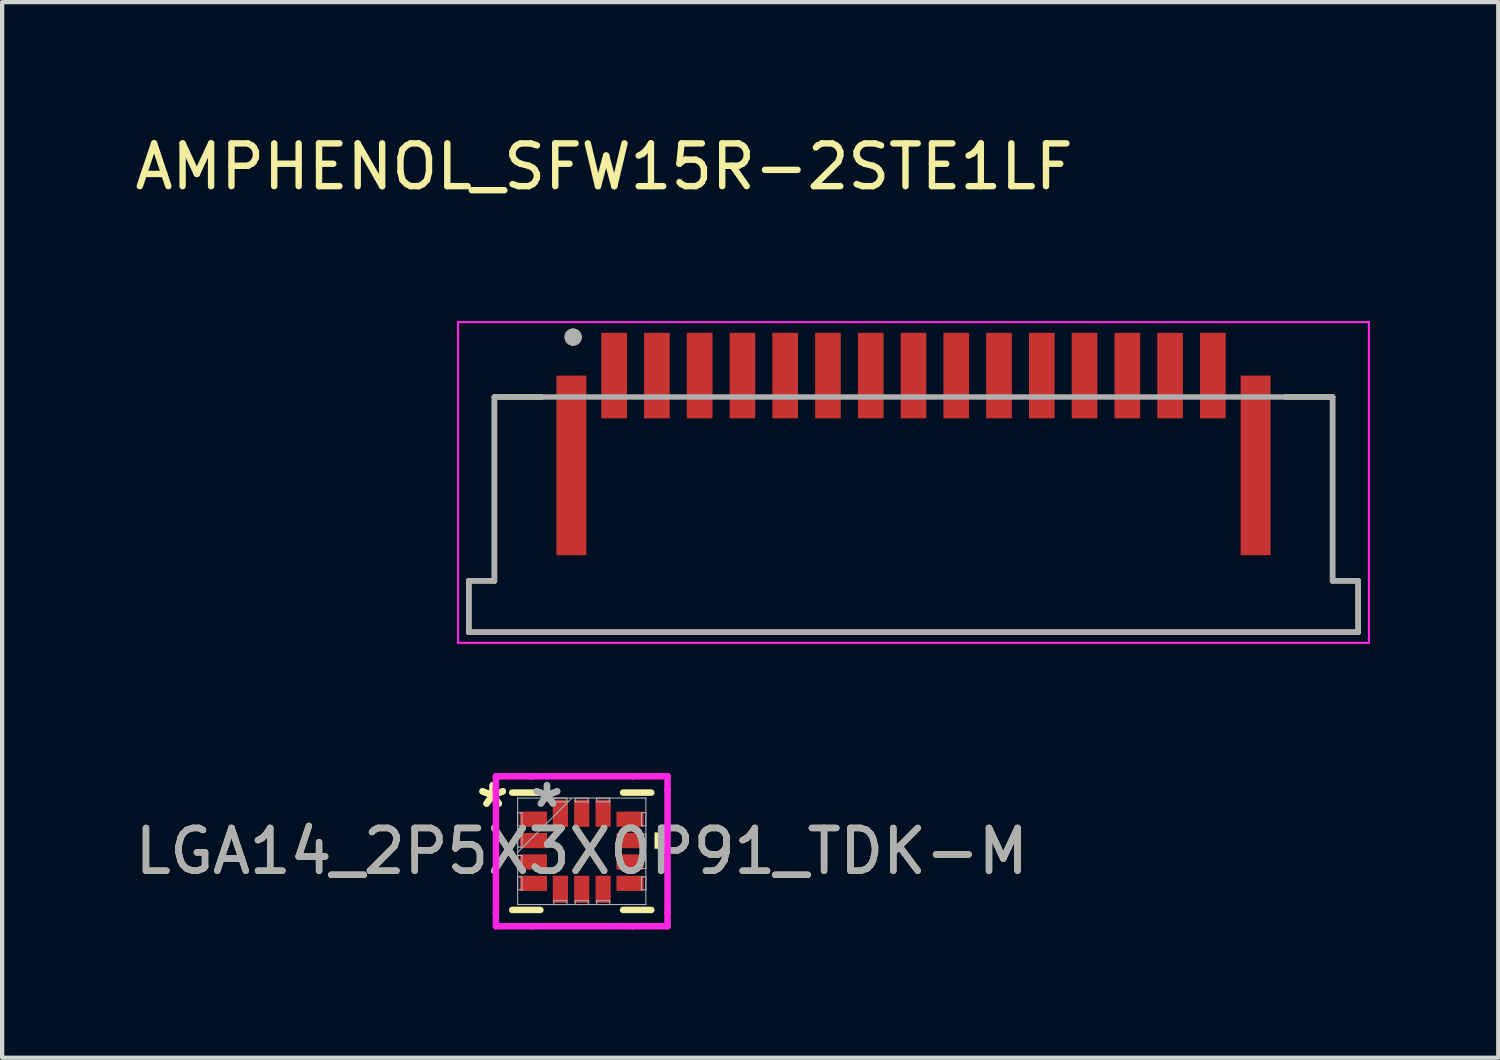
<source format=kicad_pcb>
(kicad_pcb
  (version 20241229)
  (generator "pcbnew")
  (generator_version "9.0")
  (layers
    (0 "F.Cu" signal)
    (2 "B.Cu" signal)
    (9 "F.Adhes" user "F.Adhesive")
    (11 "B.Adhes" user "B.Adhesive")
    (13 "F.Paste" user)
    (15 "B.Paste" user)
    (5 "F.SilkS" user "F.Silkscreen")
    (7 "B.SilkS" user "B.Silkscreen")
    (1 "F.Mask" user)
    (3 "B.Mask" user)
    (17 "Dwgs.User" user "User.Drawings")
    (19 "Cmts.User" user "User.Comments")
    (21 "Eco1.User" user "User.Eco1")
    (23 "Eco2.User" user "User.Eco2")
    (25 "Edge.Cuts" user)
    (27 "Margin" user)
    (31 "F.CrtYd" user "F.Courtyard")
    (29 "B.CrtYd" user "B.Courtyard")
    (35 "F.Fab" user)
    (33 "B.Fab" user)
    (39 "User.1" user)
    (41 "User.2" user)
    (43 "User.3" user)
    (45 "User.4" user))
  (footprint "AMPHENOL_SFW15R-2STE1LF"
    (layer "F.Cu")
    (at 18.312 7.833)
    (property "Reference" "AMPHENOL_SFW15R-2STE1LF" (at -7.235 -6.985 0) (layer "F.SilkS") (effects (font (size 1 1) (thickness 0.15))))
    (attr smd)
    (fp_line (start -10.4 2.7) (end -9.8 2.7) (stroke (width 0.127) (type solid)) (layer "F.SilkS"))
    (fp_line (start -10.4 3.9) (end -10.4 2.7) (stroke (width 0.127) (type solid)) (layer "F.SilkS"))
    (fp_line (start -9.8 -1.6) (end -8.7 -1.6) (stroke (width 0.127) (type solid)) (layer "F.SilkS"))
    (fp_line (start -9.8 2.7) (end -9.8 -1.6) (stroke (width 0.127) (type solid)) (layer "F.SilkS"))
    (fp_line (start 8.7 -1.6) (end 9.8 -1.6) (stroke (width 0.127) (type solid)) (layer "F.SilkS"))
    (fp_line (start 9.8 -1.6) (end 9.8 2.7) (stroke (width 0.127) (type solid)) (layer "F.SilkS"))
    (fp_line (start 9.8 2.7) (end 10.4 2.7) (stroke (width 0.127) (type solid)) (layer "F.SilkS"))
    (fp_line (start 10.4 2.7) (end 10.4 3.9) (stroke (width 0.127) (type solid)) (layer "F.SilkS"))
    (fp_line (start 10.4 3.9) (end -10.4 3.9) (stroke (width 0.127) (type solid)) (layer "F.SilkS"))
    (fp_circle (center -7.96 -3) (end -7.86 -3) (stroke (width 0.2) (type solid)) (fill no) (layer "F.SilkS"))
    (fp_line (start -10.65 -3.35) (end 10.65 -3.35) (stroke (width 0.05) (type solid)) (layer "F.CrtYd"))
    (fp_line (start -10.65 4.15) (end -10.65 -3.35) (stroke (width 0.05) (type solid)) (layer "F.CrtYd"))
    (fp_line (start 10.65 -3.35) (end 10.65 4.15) (stroke (width 0.05) (type solid)) (layer "F.CrtYd"))
    (fp_line (start 10.65 4.15) (end -10.65 4.15) (stroke (width 0.05) (type solid)) (layer "F.CrtYd"))
    (fp_line (start -10.4 2.7) (end -9.8 2.7) (stroke (width 0.127) (type solid)) (layer "F.Fab"))
    (fp_line (start -10.4 3.9) (end -10.4 2.7) (stroke (width 0.127) (type solid)) (layer "F.Fab"))
    (fp_line (start -10.4 3.9) (end 10.4 3.9) (stroke (width 0.127) (type solid)) (layer "F.Fab"))
    (fp_line (start -9.8 -1.6) (end 9.8 -1.6) (stroke (width 0.127) (type solid)) (layer "F.Fab"))
    (fp_line (start -9.8 2.7) (end -9.8 -1.6) (stroke (width 0.127) (type solid)) (layer "F.Fab"))
    (fp_line (start 9.8 -1.6) (end 9.8 2.7) (stroke (width 0.127) (type solid)) (layer "F.Fab"))
    (fp_line (start 9.8 2.7) (end 10.4 2.7) (stroke (width 0.127) (type solid)) (layer "F.Fab"))
    (fp_line (start 10.4 2.7) (end 10.4 3.9) (stroke (width 0.127) (type solid)) (layer "F.Fab"))
    (fp_circle (center -7.96 -3) (end -7.86 -3) (stroke (width 0.2) (type solid)) (fill no) (layer "F.Fab"))
    (pad "1" smd rect (at -7 -2.1) (size 0.6 2) (layers "F.Cu" "F.Mask" "F.Paste"))
    (pad "2" smd rect (at -6 -2.1) (size 0.6 2) (layers "F.Cu" "F.Mask" "F.Paste"))
    (pad "3" smd rect (at -5 -2.1) (size 0.6 2) (layers "F.Cu" "F.Mask" "F.Paste"))
    (pad "4" smd rect (at -4 -2.1) (size 0.6 2) (layers "F.Cu" "F.Mask" "F.Paste"))
    (pad "5" smd rect (at -3 -2.1) (size 0.6 2) (layers "F.Cu" "F.Mask" "F.Paste"))
    (pad "6" smd rect (at -2 -2.1) (size 0.6 2) (layers "F.Cu" "F.Mask" "F.Paste"))
    (pad "7" smd rect (at -1 -2.1) (size 0.6 2) (layers "F.Cu" "F.Mask" "F.Paste"))
    (pad "8" smd rect (at 0 -2.1) (size 0.6 2) (layers "F.Cu" "F.Mask" "F.Paste"))
    (pad "9" smd rect (at 1 -2.1) (size 0.6 2) (layers "F.Cu" "F.Mask" "F.Paste"))
    (pad "10" smd rect (at 2 -2.1) (size 0.6 2) (layers "F.Cu" "F.Mask" "F.Paste"))
    (pad "11" smd rect (at 3 -2.1) (size 0.6 2) (layers "F.Cu" "F.Mask" "F.Paste"))
    (pad "12" smd rect (at 4 -2.1) (size 0.6 2) (layers "F.Cu" "F.Mask" "F.Paste"))
    (pad "13" smd rect (at 5 -2.1) (size 0.6 2) (layers "F.Cu" "F.Mask" "F.Paste"))
    (pad "14" smd rect (at 6 -2.1) (size 0.6 2) (layers "F.Cu" "F.Mask" "F.Paste"))
    (pad "15" smd rect (at 7 -2.1) (size 0.6 2) (layers "F.Cu" "F.Mask" "F.Paste"))
    (pad "S1" smd rect (at -8 0) (size 0.7 4.2) (layers "F.Cu" "F.Mask" "F.Paste"))
    (pad "S2" smd rect (at 8 0) (size 0.7 4.2) (layers "F.Cu" "F.Mask" "F.Paste")))
  (footprint "LGA14_2P5X3X0P91_TDK-M"
    (layer "F.Cu")
    (at 10.554 16.857)
    (property "Reference" "LGA14_2P5X3X0P91_TDK-M" (at 0 0 0) (unlocked yes) (layer "F.SilkS") (effects (font (size 1 1) (thickness 0.15))))
    (attr smd)
    (fp_line (start -1.626 1.372) (end -0.967 1.372) (stroke (width 0.152) (type solid)) (layer "F.SilkS"))
    (fp_line (start -0.967 -1.372) (end -1.626 -1.372) (stroke (width 0.152) (type solid)) (layer "F.SilkS"))
    (fp_line (start 0.967 1.372) (end 1.626 1.372) (stroke (width 0.152) (type solid)) (layer "F.SilkS"))
    (fp_line (start 1.626 -1.372) (end 0.967 -1.372) (stroke (width 0.152) (type solid)) (layer "F.SilkS"))
    (fp_poly (pts (xy 1.956 -0.441) (xy 1.956 -0.059) (xy 1.702 -0.059) (xy 1.702 -0.441)) (stroke (width 0) (type solid)) (fill yes) (layer "F.SilkS"))
    (fp_line (start -2.007 -1.753) (end -1.186 -1.753) (stroke (width 0.152) (type solid)) (layer "F.CrtYd"))
    (fp_line (start -2.007 -1.436) (end -2.007 -1.753) (stroke (width 0.152) (type solid)) (layer "F.CrtYd"))
    (fp_line (start -2.007 -1.436) (end -2.007 -1.436) (stroke (width 0.152) (type solid)) (layer "F.CrtYd"))
    (fp_line (start -2.007 1.436) (end -2.007 -1.436) (stroke (width 0.152) (type solid)) (layer "F.CrtYd"))
    (fp_line (start -2.007 1.436) (end -2.007 1.436) (stroke (width 0.152) (type solid)) (layer "F.CrtYd"))
    (fp_line (start -2.007 1.753) (end -2.007 1.436) (stroke (width 0.152) (type solid)) (layer "F.CrtYd"))
    (fp_line (start -1.186 -1.753) (end -1.186 -1.753) (stroke (width 0.152) (type solid)) (layer "F.CrtYd"))
    (fp_line (start -1.186 -1.753) (end 1.186 -1.753) (stroke (width 0.152) (type solid)) (layer "F.CrtYd"))
    (fp_line (start -1.186 1.753) (end -2.007 1.753) (stroke (width 0.152) (type solid)) (layer "F.CrtYd"))
    (fp_line (start -1.186 1.753) (end -1.186 1.753) (stroke (width 0.152) (type solid)) (layer "F.CrtYd"))
    (fp_line (start 1.186 -1.753) (end 1.186 -1.753) (stroke (width 0.152) (type solid)) (layer "F.CrtYd"))
    (fp_line (start 1.186 -1.753) (end 2.007 -1.753) (stroke (width 0.152) (type solid)) (layer "F.CrtYd"))
    (fp_line (start 1.186 1.753) (end -1.186 1.753) (stroke (width 0.152) (type solid)) (layer "F.CrtYd"))
    (fp_line (start 1.186 1.753) (end 1.186 1.753) (stroke (width 0.152) (type solid)) (layer "F.CrtYd"))
    (fp_line (start 2.007 -1.753) (end 2.007 -1.436) (stroke (width 0.152) (type solid)) (layer "F.CrtYd"))
    (fp_line (start 2.007 -1.436) (end 2.007 -1.436) (stroke (width 0.152) (type solid)) (layer "F.CrtYd"))
    (fp_line (start 2.007 -1.436) (end 2.007 1.436) (stroke (width 0.152) (type solid)) (layer "F.CrtYd"))
    (fp_line (start 2.007 1.436) (end 2.007 1.436) (stroke (width 0.152) (type solid)) (layer "F.CrtYd"))
    (fp_line (start 2.007 1.436) (end 2.007 1.753) (stroke (width 0.152) (type solid)) (layer "F.CrtYd"))
    (fp_line (start 2.007 1.753) (end 1.186 1.753) (stroke (width 0.152) (type solid)) (layer "F.CrtYd"))
    (fp_line (start -1.499 -1.245) (end -1.499 -1.245) (stroke (width 0.025) (type solid)) (layer "F.Fab"))
    (fp_line (start -1.499 -1.245) (end -1.499 1.245) (stroke (width 0.025) (type solid)) (layer "F.Fab"))
    (fp_line (start -1.499 -0.902) (end -1.397 -0.902) (stroke (width 0.025) (type solid)) (layer "F.Fab"))
    (fp_line (start -1.499 -0.598) (end -1.499 -0.902) (stroke (width 0.025) (type solid)) (layer "F.Fab"))
    (fp_line (start -1.499 -0.402) (end -1.397 -0.402) (stroke (width 0.025) (type solid)) (layer "F.Fab"))
    (fp_line (start -1.499 -0.098) (end -1.499 -0.402) (stroke (width 0.025) (type solid)) (layer "F.Fab"))
    (fp_line (start -1.499 0.025) (end -0.229 -1.245) (stroke (width 0.025) (type solid)) (layer "F.Fab"))
    (fp_line (start -1.499 0.098) (end -1.397 0.098) (stroke (width 0.025) (type solid)) (layer "F.Fab"))
    (fp_line (start -1.499 0.402) (end -1.499 0.098) (stroke (width 0.025) (type solid)) (layer "F.Fab"))
    (fp_line (start -1.499 0.598) (end -1.397 0.598) (stroke (width 0.025) (type solid)) (layer "F.Fab"))
    (fp_line (start -1.499 0.902) (end -1.499 0.598) (stroke (width 0.025) (type solid)) (layer "F.Fab"))
    (fp_line (start -1.499 1.245) (end -1.499 1.245) (stroke (width 0.025) (type solid)) (layer "F.Fab"))
    (fp_line (start -1.499 1.245) (end 1.499 1.245) (stroke (width 0.025) (type solid)) (layer "F.Fab"))
    (fp_line (start -1.397 -0.902) (end -1.397 -0.598) (stroke (width 0.025) (type solid)) (layer "F.Fab"))
    (fp_line (start -1.397 -0.598) (end -1.499 -0.598) (stroke (width 0.025) (type solid)) (layer "F.Fab"))
    (fp_line (start -1.397 -0.402) (end -1.397 -0.098) (stroke (width 0.025) (type solid)) (layer "F.Fab"))
    (fp_line (start -1.397 -0.098) (end -1.499 -0.098) (stroke (width 0.025) (type solid)) (layer "F.Fab"))
    (fp_line (start -1.397 0.098) (end -1.397 0.402) (stroke (width 0.025) (type solid)) (layer "F.Fab"))
    (fp_line (start -1.397 0.402) (end -1.499 0.402) (stroke (width 0.025) (type solid)) (layer "F.Fab"))
    (fp_line (start -1.397 0.598) (end -1.397 0.902) (stroke (width 0.025) (type solid)) (layer "F.Fab"))
    (fp_line (start -1.397 0.902) (end -1.499 0.902) (stroke (width 0.025) (type solid)) (layer "F.Fab"))
    (fp_line (start -0.652 -1.245) (end -0.348 -1.245) (stroke (width 0.025) (type solid)) (layer "F.Fab"))
    (fp_line (start -0.652 -1.156) (end -0.652 -1.245) (stroke (width 0.025) (type solid)) (layer "F.Fab"))
    (fp_line (start -0.652 1.156) (end -0.348 1.156) (stroke (width 0.025) (type solid)) (layer "F.Fab"))
    (fp_line (start -0.652 1.245) (end -0.652 1.156) (stroke (width 0.025) (type solid)) (layer "F.Fab"))
    (fp_line (start -0.348 -1.245) (end -0.348 -1.156) (stroke (width 0.025) (type solid)) (layer "F.Fab"))
    (fp_line (start -0.348 -1.156) (end -0.652 -1.156) (stroke (width 0.025) (type solid)) (layer "F.Fab"))
    (fp_line (start -0.348 1.156) (end -0.348 1.245) (stroke (width 0.025) (type solid)) (layer "F.Fab"))
    (fp_line (start -0.348 1.245) (end -0.652 1.245) (stroke (width 0.025) (type solid)) (layer "F.Fab"))
    (fp_line (start -0.152 -1.245) (end 0.152 -1.245) (stroke (width 0.025) (type solid)) (layer "F.Fab"))
    (fp_line (start -0.152 -1.156) (end -0.152 -1.245) (stroke (width 0.025) (type solid)) (layer "F.Fab"))
    (fp_line (start -0.152 1.156) (end 0.152 1.156) (stroke (width 0.025) (type solid)) (layer "F.Fab"))
    (fp_line (start -0.152 1.245) (end -0.152 1.156) (stroke (width 0.025) (type solid)) (layer "F.Fab"))
    (fp_line (start 0.152 -1.245) (end 0.152 -1.156) (stroke (width 0.025) (type solid)) (layer "F.Fab"))
    (fp_line (start 0.152 -1.156) (end -0.152 -1.156) (stroke (width 0.025) (type solid)) (layer "F.Fab"))
    (fp_line (start 0.152 1.156) (end 0.152 1.245) (stroke (width 0.025) (type solid)) (layer "F.Fab"))
    (fp_line (start 0.152 1.245) (end -0.152 1.245) (stroke (width 0.025) (type solid)) (layer "F.Fab"))
    (fp_line (start 0.348 -1.245) (end 0.652 -1.245) (stroke (width 0.025) (type solid)) (layer "F.Fab"))
    (fp_line (start 0.348 -1.156) (end 0.348 -1.245) (stroke (width 0.025) (type solid)) (layer "F.Fab"))
    (fp_line (start 0.348 1.156) (end 0.652 1.156) (stroke (width 0.025) (type solid)) (layer "F.Fab"))
    (fp_line (start 0.348 1.245) (end 0.348 1.156) (stroke (width 0.025) (type solid)) (layer "F.Fab"))
    (fp_line (start 0.652 -1.245) (end 0.652 -1.156) (stroke (width 0.025) (type solid)) (layer "F.Fab"))
    (fp_line (start 0.652 -1.156) (end 0.348 -1.156) (stroke (width 0.025) (type solid)) (layer "F.Fab"))
    (fp_line (start 0.652 1.156) (end 0.652 1.245) (stroke (width 0.025) (type solid)) (layer "F.Fab"))
    (fp_line (start 0.652 1.245) (end 0.348 1.245) (stroke (width 0.025) (type solid)) (layer "F.Fab"))
    (fp_line (start 1.397 -0.902) (end 1.499 -0.902) (stroke (width 0.025) (type solid)) (layer "F.Fab"))
    (fp_line (start 1.397 -0.598) (end 1.397 -0.902) (stroke (width 0.025) (type solid)) (layer "F.Fab"))
    (fp_line (start 1.397 -0.402) (end 1.499 -0.402) (stroke (width 0.025) (type solid)) (layer "F.Fab"))
    (fp_line (start 1.397 -0.098) (end 1.397 -0.402) (stroke (width 0.025) (type solid)) (layer "F.Fab"))
    (fp_line (start 1.397 0.098) (end 1.499 0.098) (stroke (width 0.025) (type solid)) (layer "F.Fab"))
    (fp_line (start 1.397 0.402) (end 1.397 0.098) (stroke (width 0.025) (type solid)) (layer "F.Fab"))
    (fp_line (start 1.397 0.598) (end 1.499 0.598) (stroke (width 0.025) (type solid)) (layer "F.Fab"))
    (fp_line (start 1.397 0.902) (end 1.397 0.598) (stroke (width 0.025) (type solid)) (layer "F.Fab"))
    (fp_line (start 1.499 -1.245) (end -1.499 -1.245) (stroke (width 0.025) (type solid)) (layer "F.Fab"))
    (fp_line (start 1.499 -1.245) (end 1.499 -1.245) (stroke (width 0.025) (type solid)) (layer "F.Fab"))
    (fp_line (start 1.499 -0.902) (end 1.499 -0.598) (stroke (width 0.025) (type solid)) (layer "F.Fab"))
    (fp_line (start 1.499 -0.598) (end 1.397 -0.598) (stroke (width 0.025) (type solid)) (layer "F.Fab"))
    (fp_line (start 1.499 -0.402) (end 1.499 -0.098) (stroke (width 0.025) (type solid)) (layer "F.Fab"))
    (fp_line (start 1.499 -0.098) (end 1.397 -0.098) (stroke (width 0.025) (type solid)) (layer "F.Fab"))
    (fp_line (start 1.499 0.098) (end 1.499 0.402) (stroke (width 0.025) (type solid)) (layer "F.Fab"))
    (fp_line (start 1.499 0.402) (end 1.397 0.402) (stroke (width 0.025) (type solid)) (layer "F.Fab"))
    (fp_line (start 1.499 0.598) (end 1.499 0.902) (stroke (width 0.025) (type solid)) (layer "F.Fab"))
    (fp_line (start 1.499 0.902) (end 1.397 0.902) (stroke (width 0.025) (type solid)) (layer "F.Fab"))
    (fp_line (start 1.499 1.245) (end 1.499 -1.245) (stroke (width 0.025) (type solid)) (layer "F.Fab"))
    (fp_line (start 1.499 1.245) (end 1.499 1.245) (stroke (width 0.025) (type solid)) (layer "F.Fab"))
    (fp_text user "*" (at -2.083 -1 0) (layer "F.SilkS") (effects (font (size 1 1) (thickness 0.15))))
    (fp_text user "*" (at -2.083 -1 0) (unlocked yes) (layer "F.SilkS") (effects (font (size 1 1) (thickness 0.15))))
    (fp_text user "*" (at -0.813 -1 0) (unlocked yes) (layer "F.Fab") (effects (font (size 1 1) (thickness 0.15))))
    (fp_text user "*" (at -0.813 -1 0) (layer "F.Fab") (effects (font (size 1 1) (thickness 0.15))))
    (fp_text user "${REFERENCE}" (at 0 0 0) (unlocked yes) (layer "F.Fab") (effects (font (size 1 1) (thickness 0.15))))
    (pad "1" smd rect (at -1.13 -0.75 90) (size 0.356 0.635) (layers "F.Cu" "F.Mask" "F.Paste"))
    (pad "2" smd rect (at -1.13 -0.25 90) (size 0.356 0.635) (layers "F.Cu" "F.Mask" "F.Paste"))
    (pad "3" smd rect (at -1.13 0.25 90) (size 0.356 0.635) (layers "F.Cu" "F.Mask" "F.Paste"))
    (pad "4" smd rect (at -1.13 0.75 90) (size 0.356 0.635) (layers "F.Cu" "F.Mask" "F.Paste"))
    (pad "5" smd rect (at -0.5 0.889) (size 0.356 0.635) (layers "F.Cu" "F.Mask" "F.Paste"))
    (pad "6" smd rect (at 0 0.889) (size 0.356 0.635) (layers "F.Cu" "F.Mask" "F.Paste"))
    (pad "7" smd rect (at 0.5 0.889) (size 0.356 0.635) (layers "F.Cu" "F.Mask" "F.Paste"))
    (pad "8" smd rect (at 1.13 0.75 90) (size 0.356 0.635) (layers "F.Cu" "F.Mask" "F.Paste"))
    (pad "9" smd rect (at 1.13 0.25 90) (size 0.356 0.635) (layers "F.Cu" "F.Mask" "F.Paste"))
    (pad "10" smd rect (at 1.13 -0.25 90) (size 0.356 0.635) (layers "F.Cu" "F.Mask" "F.Paste"))
    (pad "11" smd rect (at 1.13 -0.75 90) (size 0.356 0.635) (layers "F.Cu" "F.Mask" "F.Paste"))
    (pad "12" smd rect (at 0.5 -0.889) (size 0.356 0.635) (layers "F.Cu" "F.Mask" "F.Paste"))
    (pad "13" smd rect (at 0 -0.889) (size 0.356 0.635) (layers "F.Cu" "F.Mask" "F.Paste"))
    (pad "14" smd rect (at -0.5 -0.889) (size 0.356 0.635) (layers "F.Cu" "F.Mask" "F.Paste")))
  (gr_rect
    (start -3 -3)
    (end 31.987 21.685)
    (stroke (width 0.1) (type default))
    (fill no)
    (layer "Edge.Cuts")))
</source>
